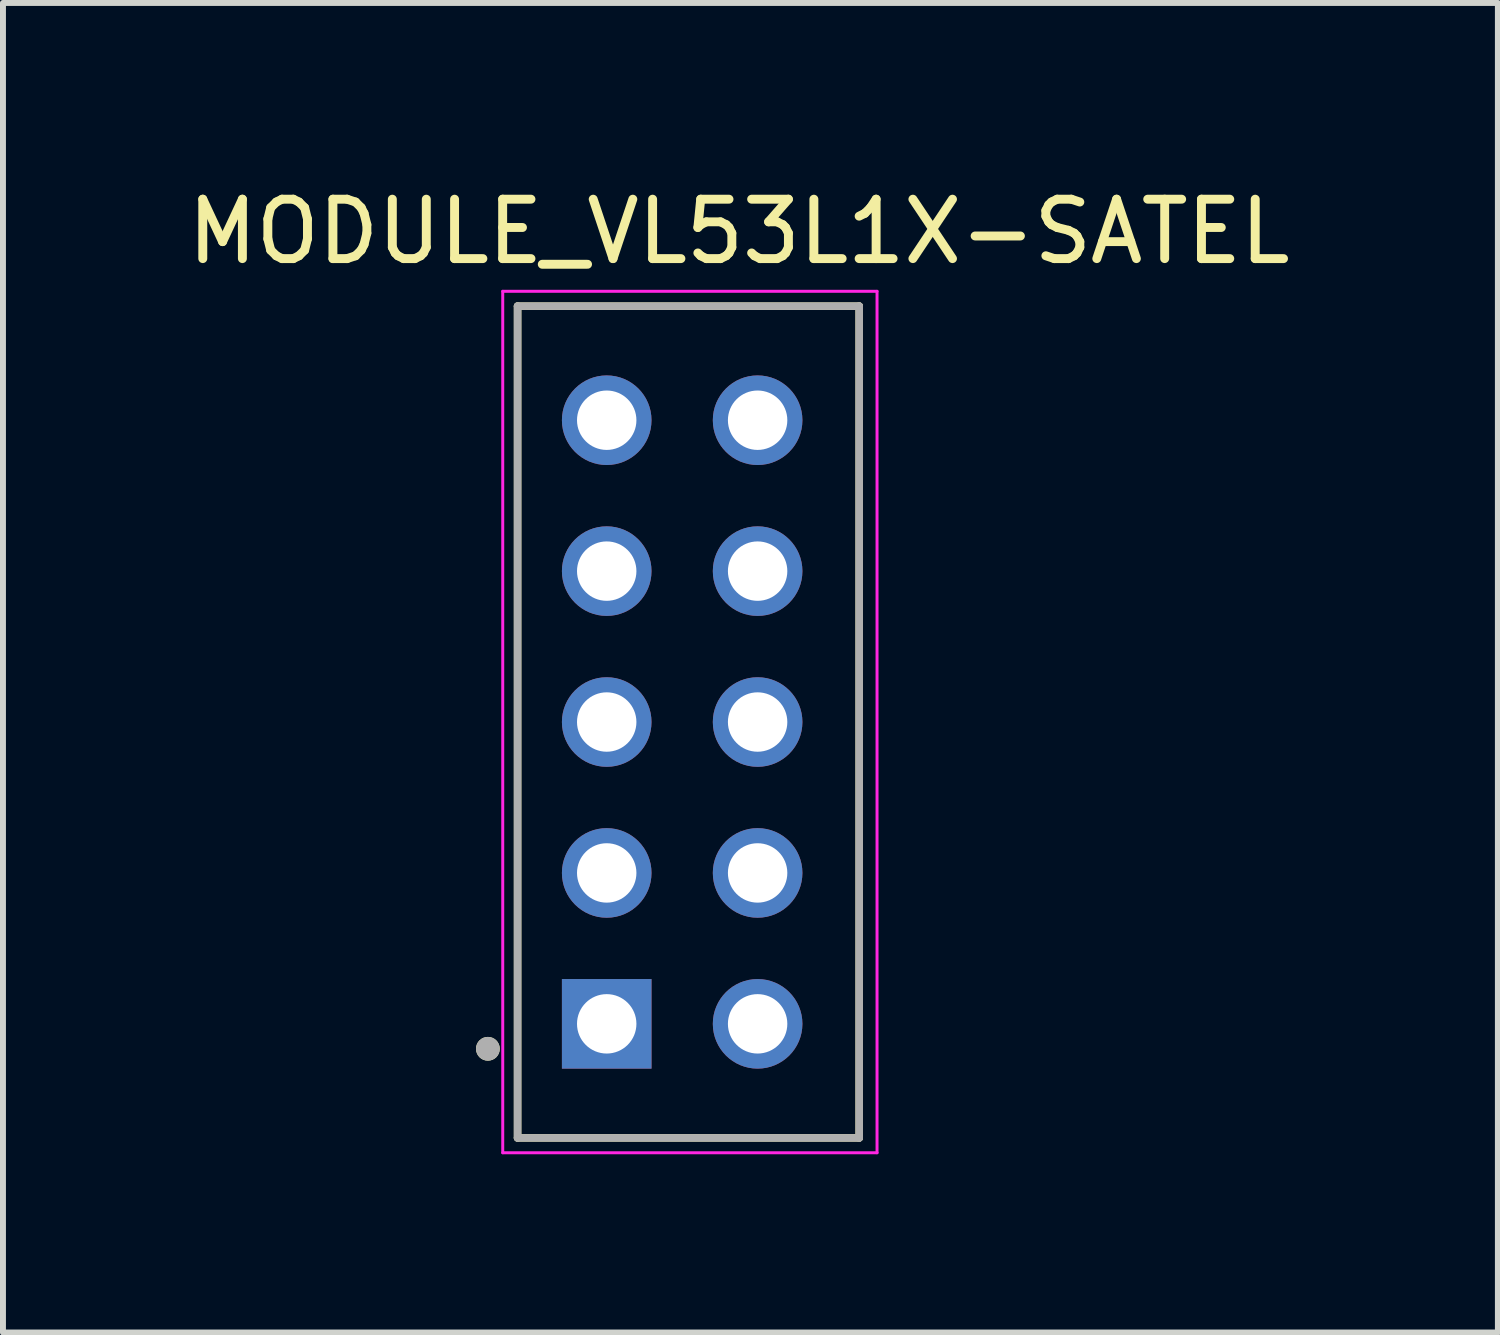
<source format=kicad_pcb>
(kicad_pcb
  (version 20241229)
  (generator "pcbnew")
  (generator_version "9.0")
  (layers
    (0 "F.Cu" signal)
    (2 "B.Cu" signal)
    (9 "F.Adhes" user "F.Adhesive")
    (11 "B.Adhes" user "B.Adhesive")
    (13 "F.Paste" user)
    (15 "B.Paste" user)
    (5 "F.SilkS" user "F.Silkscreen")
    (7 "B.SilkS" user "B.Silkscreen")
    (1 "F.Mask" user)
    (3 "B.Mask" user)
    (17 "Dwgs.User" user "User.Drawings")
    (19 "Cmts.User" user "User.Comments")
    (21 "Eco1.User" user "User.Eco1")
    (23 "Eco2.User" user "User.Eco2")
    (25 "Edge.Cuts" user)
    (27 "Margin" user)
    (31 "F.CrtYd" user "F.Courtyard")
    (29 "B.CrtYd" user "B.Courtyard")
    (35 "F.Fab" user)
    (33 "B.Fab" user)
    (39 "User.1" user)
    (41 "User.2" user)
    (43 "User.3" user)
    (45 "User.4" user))
  (footprint "MODULE_VL53L1X-SATEL"
    (layer "F.Cu")
    (at 18.912 9.103)
    (property "Reference" "MODULE_VL53L1X-SATEL" (at -9.525 -8.255 0) (layer "F.SilkS") (effects (font (size 1 1) (thickness 0.15))))
    (attr through_hole)
    (fp_line (start -13.25 -7) (end -13.25 7) (stroke (width 0.127) (type solid)) (layer "F.SilkS"))
    (fp_line (start -13.25 7) (end -7.5 7) (stroke (width 0.127) (type solid)) (layer "F.SilkS"))
    (fp_line (start -7.5 -7) (end -13.25 -7) (stroke (width 0.127) (type solid)) (layer "F.SilkS"))
    (fp_line (start -7.5 7) (end -7.5 -7) (stroke (width 0.127) (type solid)) (layer "F.SilkS"))
    (fp_circle (center -13.75 5.5) (end -13.65 5.5) (stroke (width 0.2) (type solid)) (fill no) (layer "F.SilkS"))
    (fp_line (start -13.5 -7.25) (end -7.2 -7.25) (stroke (width 0.05) (type solid)) (layer "F.CrtYd"))
    (fp_line (start -13.5 7.25) (end -13.5 -7.25) (stroke (width 0.05) (type solid)) (layer "F.CrtYd"))
    (fp_line (start -7.2 -7.25) (end -7.2 7.25) (stroke (width 0.05) (type solid)) (layer "F.CrtYd"))
    (fp_line (start -7.2 7.25) (end -13.5 7.25) (stroke (width 0.05) (type solid)) (layer "F.CrtYd"))
    (fp_line (start -13.25 -7) (end -13.25 7) (stroke (width 0.127) (type solid)) (layer "F.Fab"))
    (fp_line (start -13.25 7) (end -7.5 7) (stroke (width 0.127) (type solid)) (layer "F.Fab"))
    (fp_line (start -7.5 -7) (end -13.25 -7) (stroke (width 0.127) (type solid)) (layer "F.Fab"))
    (fp_line (start -7.5 7) (end -7.5 -7) (stroke (width 0.127) (type solid)) (layer "F.Fab"))
    (fp_circle (center -13.75 5.5) (end -13.65 5.5) (stroke (width 0.2) (type solid)) (fill no) (layer "F.Fab"))
    (pad "1" thru_hole rect (at -11.75 5.08) (size 1.508 1.508) (drill 1) (layers "*.Cu" "*.Mask"))
    (pad "2" thru_hole circle (at -9.21 5.08) (size 1.508 1.508) (drill 1) (layers "*.Cu" "*.Mask"))
    (pad "3" thru_hole circle (at -11.75 2.54) (size 1.508 1.508) (drill 1) (layers "*.Cu" "*.Mask"))
    (pad "4" thru_hole circle (at -9.21 2.54) (size 1.508 1.508) (drill 1) (layers "*.Cu" "*.Mask"))
    (pad "5" thru_hole circle (at -11.75 0) (size 1.508 1.508) (drill 1) (layers "*.Cu" "*.Mask"))
    (pad "6" thru_hole circle (at -9.21 0) (size 1.508 1.508) (drill 1) (layers "*.Cu" "*.Mask"))
    (pad "7" thru_hole circle (at -11.75 -2.54) (size 1.508 1.508) (drill 1) (layers "*.Cu" "*.Mask"))
    (pad "8" thru_hole circle (at -9.21 -2.54) (size 1.508 1.508) (drill 1) (layers "*.Cu" "*.Mask"))
    (pad "9" thru_hole circle (at -11.75 -5.08) (size 1.508 1.508) (drill 1) (layers "*.Cu" "*.Mask"))
    (pad "10" thru_hole circle (at -9.21 -5.08) (size 1.508 1.508) (drill 1) (layers "*.Cu" "*.Mask")))
  (gr_rect
    (start -3 -3)
    (end 22.162 19.378)
    (stroke (width 0.1) (type default))
    (fill no)
    (layer "Edge.Cuts")))
</source>
